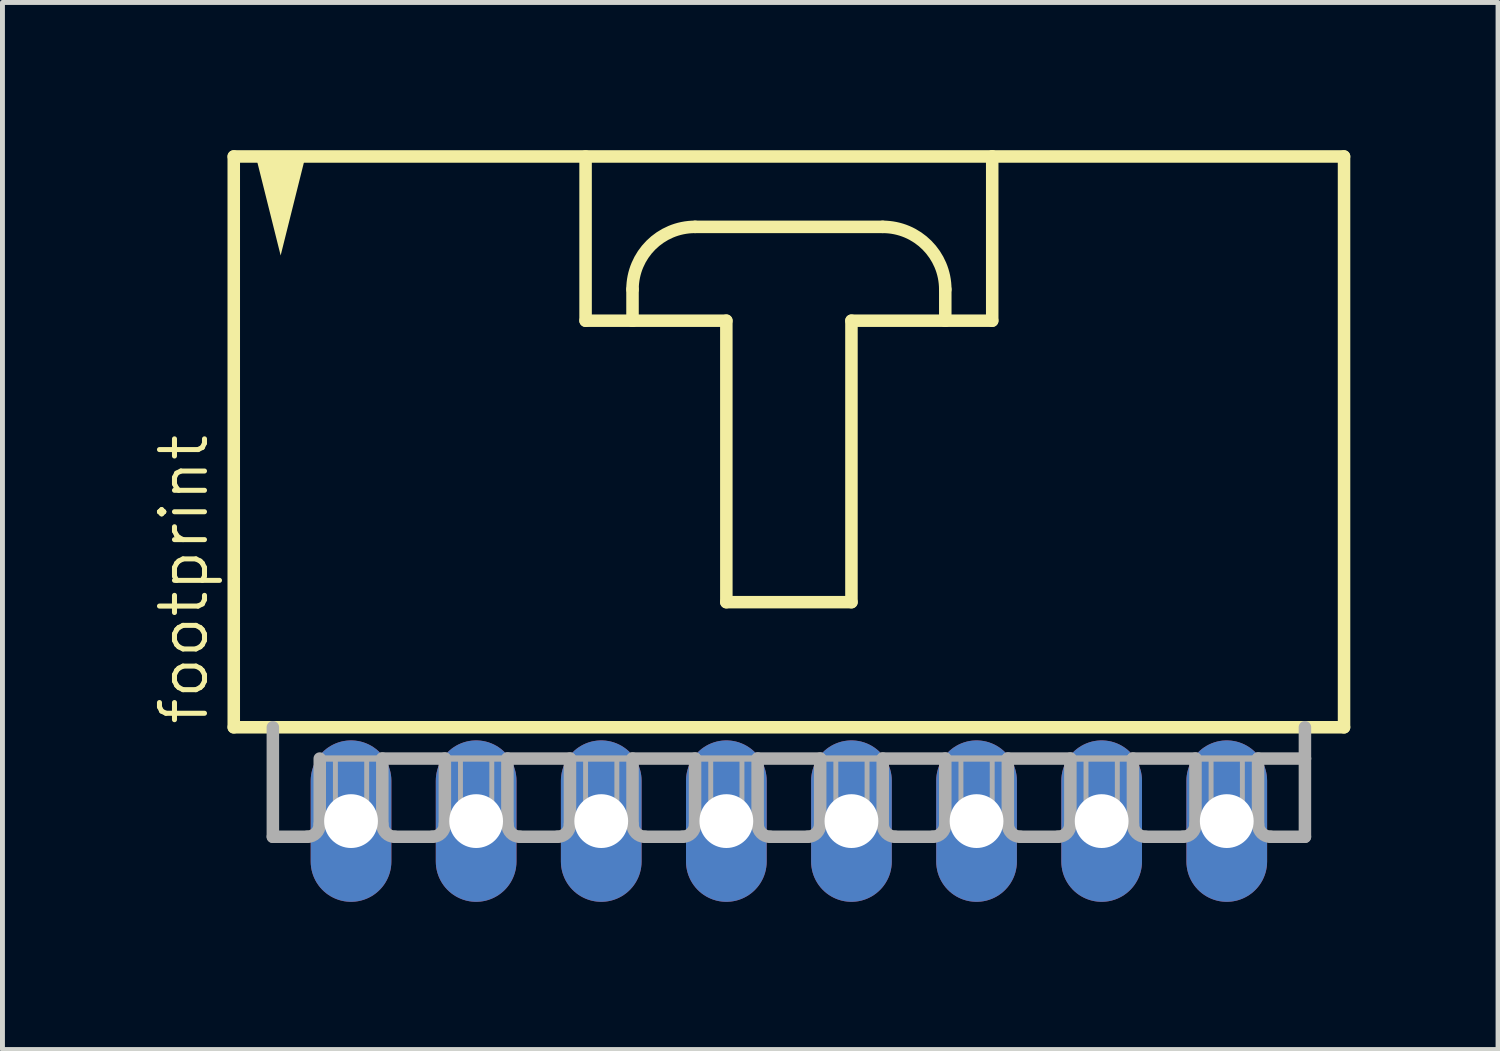
<source format=kicad_pcb>
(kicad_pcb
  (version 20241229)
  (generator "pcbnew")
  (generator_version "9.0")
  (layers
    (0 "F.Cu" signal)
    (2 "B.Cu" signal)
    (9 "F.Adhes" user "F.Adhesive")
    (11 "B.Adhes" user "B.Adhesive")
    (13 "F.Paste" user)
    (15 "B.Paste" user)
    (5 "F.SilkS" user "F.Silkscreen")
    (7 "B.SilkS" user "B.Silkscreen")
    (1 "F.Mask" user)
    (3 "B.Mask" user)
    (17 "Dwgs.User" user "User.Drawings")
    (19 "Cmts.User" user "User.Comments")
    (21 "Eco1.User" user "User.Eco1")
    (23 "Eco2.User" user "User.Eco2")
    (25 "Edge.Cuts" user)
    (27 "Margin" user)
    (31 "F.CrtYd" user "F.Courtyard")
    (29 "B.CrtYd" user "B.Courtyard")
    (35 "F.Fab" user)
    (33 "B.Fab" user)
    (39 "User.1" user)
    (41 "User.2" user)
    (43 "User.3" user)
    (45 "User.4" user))
  (footprint "footprint"
    (layer "F.Cu")
    (at 12.967 6.001)
    (property "Reference" "footprint" (at -11.748 5.715 90) (layer "F.SilkS") (effects (font (size 0.914 0.914) (thickness 0.102)) (justify left bottom)))
    (fp_line (start -11.271 -5.874) (end -11.271 5.715) (stroke (width 0.254) (type solid)) (layer "F.SilkS"))
    (fp_line (start -11.271 5.715) (end 11.271 5.715) (stroke (width 0.254) (type solid)) (layer "F.SilkS"))
    (fp_line (start -4.128 -5.874) (end -4.128 -2.54) (stroke (width 0.254) (type solid)) (layer "F.SilkS"))
    (fp_line (start -4.128 -2.54) (end -3.175 -2.54) (stroke (width 0.254) (type solid)) (layer "F.SilkS"))
    (fp_line (start -3.175 -2.54) (end -3.175 -3.175) (stroke (width 0.254) (type solid)) (layer "F.SilkS"))
    (fp_line (start -3.175 -2.54) (end -1.27 -2.54) (stroke (width 0.254) (type solid)) (layer "F.SilkS"))
    (fp_line (start -1.905 -4.445) (end 1.905 -4.445) (stroke (width 0.254) (type solid)) (layer "F.SilkS"))
    (fp_line (start -1.27 -2.54) (end -1.27 3.175) (stroke (width 0.254) (type solid)) (layer "F.SilkS"))
    (fp_line (start -1.27 3.175) (end 1.27 3.175) (stroke (width 0.254) (type solid)) (layer "F.SilkS"))
    (fp_line (start 1.27 -2.54) (end 3.175 -2.54) (stroke (width 0.254) (type solid)) (layer "F.SilkS"))
    (fp_line (start 1.27 3.175) (end 1.27 -2.54) (stroke (width 0.254) (type solid)) (layer "F.SilkS"))
    (fp_line (start 3.175 -3.175) (end 3.175 -2.54) (stroke (width 0.254) (type solid)) (layer "F.SilkS"))
    (fp_line (start 3.175 -2.54) (end 4.128 -2.54) (stroke (width 0.254) (type solid)) (layer "F.SilkS"))
    (fp_line (start 4.128 -5.874) (end -11.271 -5.874) (stroke (width 0.254) (type solid)) (layer "F.SilkS"))
    (fp_line (start 4.128 -2.54) (end 4.128 -5.874) (stroke (width 0.254) (type solid)) (layer "F.SilkS"))
    (fp_line (start 11.271 -5.874) (end 4.128 -5.874) (stroke (width 0.254) (type solid)) (layer "F.SilkS"))
    (fp_line (start 11.271 5.715) (end 11.271 -5.874) (stroke (width 0.254) (type solid)) (layer "F.SilkS"))
    (fp_arc (start -3.175 -3.175) (mid -2.803026 -4.073026) (end -1.905 -4.445) (stroke (width 0.254) (type solid)) (layer "F.SilkS"))
    (fp_arc (start 1.905 -4.445) (mid 2.803026 -4.073026) (end 3.175 -3.175) (stroke (width 0.254) (type solid)) (layer "F.SilkS"))
    (fp_poly (pts (xy -10.319 -3.864) (xy -10.828 -5.899) (xy -9.81 -5.899)) (stroke (width 0) (type solid)) (fill yes) (layer "F.SilkS"))
    (fp_line (start -10.477 5.715) (end -10.477 7.938) (stroke (width 0.254) (type solid)) (layer "F.Fab"))
    (fp_line (start -9.779 7.938) (end -10.477 7.938) (stroke (width 0.254) (type solid)) (layer "F.Fab"))
    (fp_line (start -9.525 6.35) (end -9.525 7.684) (stroke (width 0.254) (type solid)) (layer "F.Fab"))
    (fp_line (start -9.525 6.35) (end -8.255 6.35) (stroke (width 0.127) (type solid)) (layer "F.Fab"))
    (fp_line (start -8.255 6.35) (end -8.255 7.684) (stroke (width 0.254) (type solid)) (layer "F.Fab"))
    (fp_line (start -8.255 6.35) (end -6.985 6.35) (stroke (width 0.254) (type solid)) (layer "F.Fab"))
    (fp_line (start -7.239 7.938) (end -8.001 7.938) (stroke (width 0.254) (type solid)) (layer "F.Fab"))
    (fp_line (start -6.985 6.35) (end -6.985 7.684) (stroke (width 0.254) (type solid)) (layer "F.Fab"))
    (fp_line (start -6.985 6.35) (end -5.715 6.35) (stroke (width 0.127) (type solid)) (layer "F.Fab"))
    (fp_line (start -5.715 6.35) (end -5.715 7.684) (stroke (width 0.254) (type solid)) (layer "F.Fab"))
    (fp_line (start -5.715 6.35) (end -4.445 6.35) (stroke (width 0.254) (type solid)) (layer "F.Fab"))
    (fp_line (start -4.699 7.938) (end -5.461 7.938) (stroke (width 0.254) (type solid)) (layer "F.Fab"))
    (fp_line (start -4.445 6.35) (end -4.445 7.684) (stroke (width 0.254) (type solid)) (layer "F.Fab"))
    (fp_line (start -4.445 6.35) (end -3.175 6.35) (stroke (width 0.127) (type solid)) (layer "F.Fab"))
    (fp_line (start -3.175 6.35) (end -3.175 7.684) (stroke (width 0.254) (type solid)) (layer "F.Fab"))
    (fp_line (start -3.175 6.35) (end -1.905 6.35) (stroke (width 0.254) (type solid)) (layer "F.Fab"))
    (fp_line (start -2.159 7.938) (end -2.921 7.938) (stroke (width 0.254) (type solid)) (layer "F.Fab"))
    (fp_line (start -1.905 6.35) (end -1.905 7.684) (stroke (width 0.254) (type solid)) (layer "F.Fab"))
    (fp_line (start -1.905 6.35) (end -0.635 6.35) (stroke (width 0.127) (type solid)) (layer "F.Fab"))
    (fp_line (start -0.635 6.35) (end -0.635 7.684) (stroke (width 0.254) (type solid)) (layer "F.Fab"))
    (fp_line (start -0.635 6.35) (end 0.635 6.35) (stroke (width 0.254) (type solid)) (layer "F.Fab"))
    (fp_line (start 0.381 7.938) (end -0.381 7.938) (stroke (width 0.254) (type solid)) (layer "F.Fab"))
    (fp_line (start 0.635 6.35) (end 0.635 7.684) (stroke (width 0.254) (type solid)) (layer "F.Fab"))
    (fp_line (start 0.635 6.35) (end 1.905 6.35) (stroke (width 0.127) (type solid)) (layer "F.Fab"))
    (fp_line (start 1.905 6.35) (end 1.905 7.684) (stroke (width 0.254) (type solid)) (layer "F.Fab"))
    (fp_line (start 1.905 6.35) (end 3.175 6.35) (stroke (width 0.254) (type solid)) (layer "F.Fab"))
    (fp_line (start 2.921 7.938) (end 2.159 7.938) (stroke (width 0.254) (type solid)) (layer "F.Fab"))
    (fp_line (start 3.175 6.35) (end 3.175 7.684) (stroke (width 0.254) (type solid)) (layer "F.Fab"))
    (fp_line (start 3.175 6.35) (end 4.445 6.35) (stroke (width 0.127) (type solid)) (layer "F.Fab"))
    (fp_line (start 4.445 6.35) (end 4.445 7.684) (stroke (width 0.254) (type solid)) (layer "F.Fab"))
    (fp_line (start 4.445 6.35) (end 5.715 6.35) (stroke (width 0.254) (type solid)) (layer "F.Fab"))
    (fp_line (start 5.461 7.938) (end 4.699 7.938) (stroke (width 0.254) (type solid)) (layer "F.Fab"))
    (fp_line (start 5.715 6.35) (end 5.715 7.684) (stroke (width 0.254) (type solid)) (layer "F.Fab"))
    (fp_line (start 5.715 6.35) (end 6.985 6.35) (stroke (width 0.127) (type solid)) (layer "F.Fab"))
    (fp_line (start 6.985 6.35) (end 6.985 7.684) (stroke (width 0.254) (type solid)) (layer "F.Fab"))
    (fp_line (start 6.985 6.35) (end 8.255 6.35) (stroke (width 0.254) (type solid)) (layer "F.Fab"))
    (fp_line (start 8.001 7.938) (end 7.239 7.938) (stroke (width 0.254) (type solid)) (layer "F.Fab"))
    (fp_line (start 8.255 6.35) (end 8.255 7.684) (stroke (width 0.254) (type solid)) (layer "F.Fab"))
    (fp_line (start 8.255 6.35) (end 9.525 6.35) (stroke (width 0.127) (type solid)) (layer "F.Fab"))
    (fp_line (start 9.525 6.35) (end 9.525 7.684) (stroke (width 0.254) (type solid)) (layer "F.Fab"))
    (fp_line (start 9.525 6.35) (end 10.477 6.35) (stroke (width 0.254) (type solid)) (layer "F.Fab"))
    (fp_line (start 9.779 7.938) (end 10.477 7.938) (stroke (width 0.254) (type solid)) (layer "F.Fab"))
    (fp_line (start 10.477 6.35) (end 10.477 5.715) (stroke (width 0.254) (type solid)) (layer "F.Fab"))
    (fp_line (start 10.477 7.938) (end 10.477 6.35) (stroke (width 0.254) (type solid)) (layer "F.Fab"))
    (fp_arc (start -9.525 7.6835) (mid -9.599395 7.863105) (end -9.779 7.9375) (stroke (width 0.254) (type solid)) (layer "F.Fab"))
    (fp_arc (start -8.001 7.9375) (mid -8.180605 7.863105) (end -8.255 7.6835) (stroke (width 0.254) (type solid)) (layer "F.Fab"))
    (fp_arc (start -6.985 7.6835) (mid -7.059395 7.863105) (end -7.239 7.9375) (stroke (width 0.254) (type solid)) (layer "F.Fab"))
    (fp_arc (start -5.461 7.9375) (mid -5.640605 7.863105) (end -5.715 7.6835) (stroke (width 0.254) (type solid)) (layer "F.Fab"))
    (fp_arc (start -4.445 7.6835) (mid -4.519395 7.863105) (end -4.699 7.9375) (stroke (width 0.254) (type solid)) (layer "F.Fab"))
    (fp_arc (start -2.921 7.9375) (mid -3.100605 7.863105) (end -3.175 7.6835) (stroke (width 0.254) (type solid)) (layer "F.Fab"))
    (fp_arc (start -1.905 7.6835) (mid -1.979395 7.863105) (end -2.159 7.9375) (stroke (width 0.254) (type solid)) (layer "F.Fab"))
    (fp_arc (start -0.381 7.9375) (mid -0.560605 7.863105) (end -0.635 7.6835) (stroke (width 0.254) (type solid)) (layer "F.Fab"))
    (fp_arc (start 0.635 7.6835) (mid 0.560605 7.863105) (end 0.381 7.9375) (stroke (width 0.254) (type solid)) (layer "F.Fab"))
    (fp_arc (start 2.159 7.9375) (mid 1.979395 7.863105) (end 1.905 7.6835) (stroke (width 0.254) (type solid)) (layer "F.Fab"))
    (fp_arc (start 3.175 7.6835) (mid 3.100605 7.863105) (end 2.921 7.9375) (stroke (width 0.254) (type solid)) (layer "F.Fab"))
    (fp_arc (start 4.699 7.9375) (mid 4.519395 7.863105) (end 4.445 7.6835) (stroke (width 0.254) (type solid)) (layer "F.Fab"))
    (fp_arc (start 5.715 7.6835) (mid 5.640605 7.863105) (end 5.461 7.9375) (stroke (width 0.254) (type solid)) (layer "F.Fab"))
    (fp_arc (start 7.239 7.9375) (mid 7.059395 7.863105) (end 6.985 7.6835) (stroke (width 0.254) (type solid)) (layer "F.Fab"))
    (fp_arc (start 8.255 7.6835) (mid 8.180605 7.863105) (end 8.001 7.9375) (stroke (width 0.254) (type solid)) (layer "F.Fab"))
    (fp_arc (start 9.779 7.9375) (mid 9.599395 7.863105) (end 9.525 7.6835) (stroke (width 0.254) (type solid)) (layer "F.Fab"))
    (fp_poly (pts (xy -9.207 7.62) (xy -8.572 7.62) (xy -8.572 6.35) (xy -9.207 6.35)) (stroke (width 0.1) (type solid)) (fill no) (layer "F.Fab"))
    (fp_poly (pts (xy -6.668 7.62) (xy -6.032 7.62) (xy -6.032 6.35) (xy -6.668 6.35)) (stroke (width 0.1) (type solid)) (fill no) (layer "F.Fab"))
    (fp_poly (pts (xy -4.128 7.62) (xy -3.493 7.62) (xy -3.493 6.35) (xy -4.128 6.35)) (stroke (width 0.1) (type solid)) (fill no) (layer "F.Fab"))
    (fp_poly (pts (xy -1.587 7.62) (xy -0.953 7.62) (xy -0.953 6.35) (xy -1.587 6.35)) (stroke (width 0.1) (type solid)) (fill no) (layer "F.Fab"))
    (fp_poly (pts (xy 0.953 7.62) (xy 1.587 7.62) (xy 1.587 6.35) (xy 0.953 6.35)) (stroke (width 0.1) (type solid)) (fill no) (layer "F.Fab"))
    (fp_poly (pts (xy 3.493 7.62) (xy 4.128 7.62) (xy 4.128 6.35) (xy 3.493 6.35)) (stroke (width 0.1) (type solid)) (fill no) (layer "F.Fab"))
    (fp_poly (pts (xy 6.032 7.62) (xy 6.668 7.62) (xy 6.668 6.35) (xy 6.032 6.35)) (stroke (width 0.1) (type solid)) (fill no) (layer "F.Fab"))
    (fp_poly (pts (xy 8.572 7.62) (xy 9.207 7.62) (xy 9.207 6.35) (xy 8.572 6.35)) (stroke (width 0.1) (type solid)) (fill no) (layer "F.Fab"))
    (pad "1" thru_hole oval (at -8.89 7.62 90) (size 3.277 1.638) (drill 1.092) (layers "*.Cu" "*.Mask"))
    (pad "2" thru_hole oval (at -6.35 7.62 90) (size 3.277 1.638) (drill 1.092) (layers "*.Cu" "*.Mask"))
    (pad "3" thru_hole oval (at -3.81 7.62 90) (size 3.277 1.638) (drill 1.092) (layers "*.Cu" "*.Mask"))
    (pad "4" thru_hole oval (at -1.27 7.62 90) (size 3.277 1.638) (drill 1.092) (layers "*.Cu" "*.Mask"))
    (pad "5" thru_hole oval (at 1.27 7.62 90) (size 3.277 1.638) (drill 1.092) (layers "*.Cu" "*.Mask"))
    (pad "6" thru_hole oval (at 3.81 7.62 90) (size 3.277 1.638) (drill 1.092) (layers "*.Cu" "*.Mask"))
    (pad "7" thru_hole oval (at 6.35 7.62 90) (size 3.277 1.638) (drill 1.092) (layers "*.Cu" "*.Mask"))
    (pad "8" thru_hole oval (at 8.89 7.62 90) (size 3.277 1.638) (drill 1.092) (layers "*.Cu" "*.Mask")))
  (gr_rect
    (start -3 -3)
    (end 27.365 18.259)
    (stroke (width 0.1) (type default))
    (fill no)
    (layer "Edge.Cuts")))
</source>
